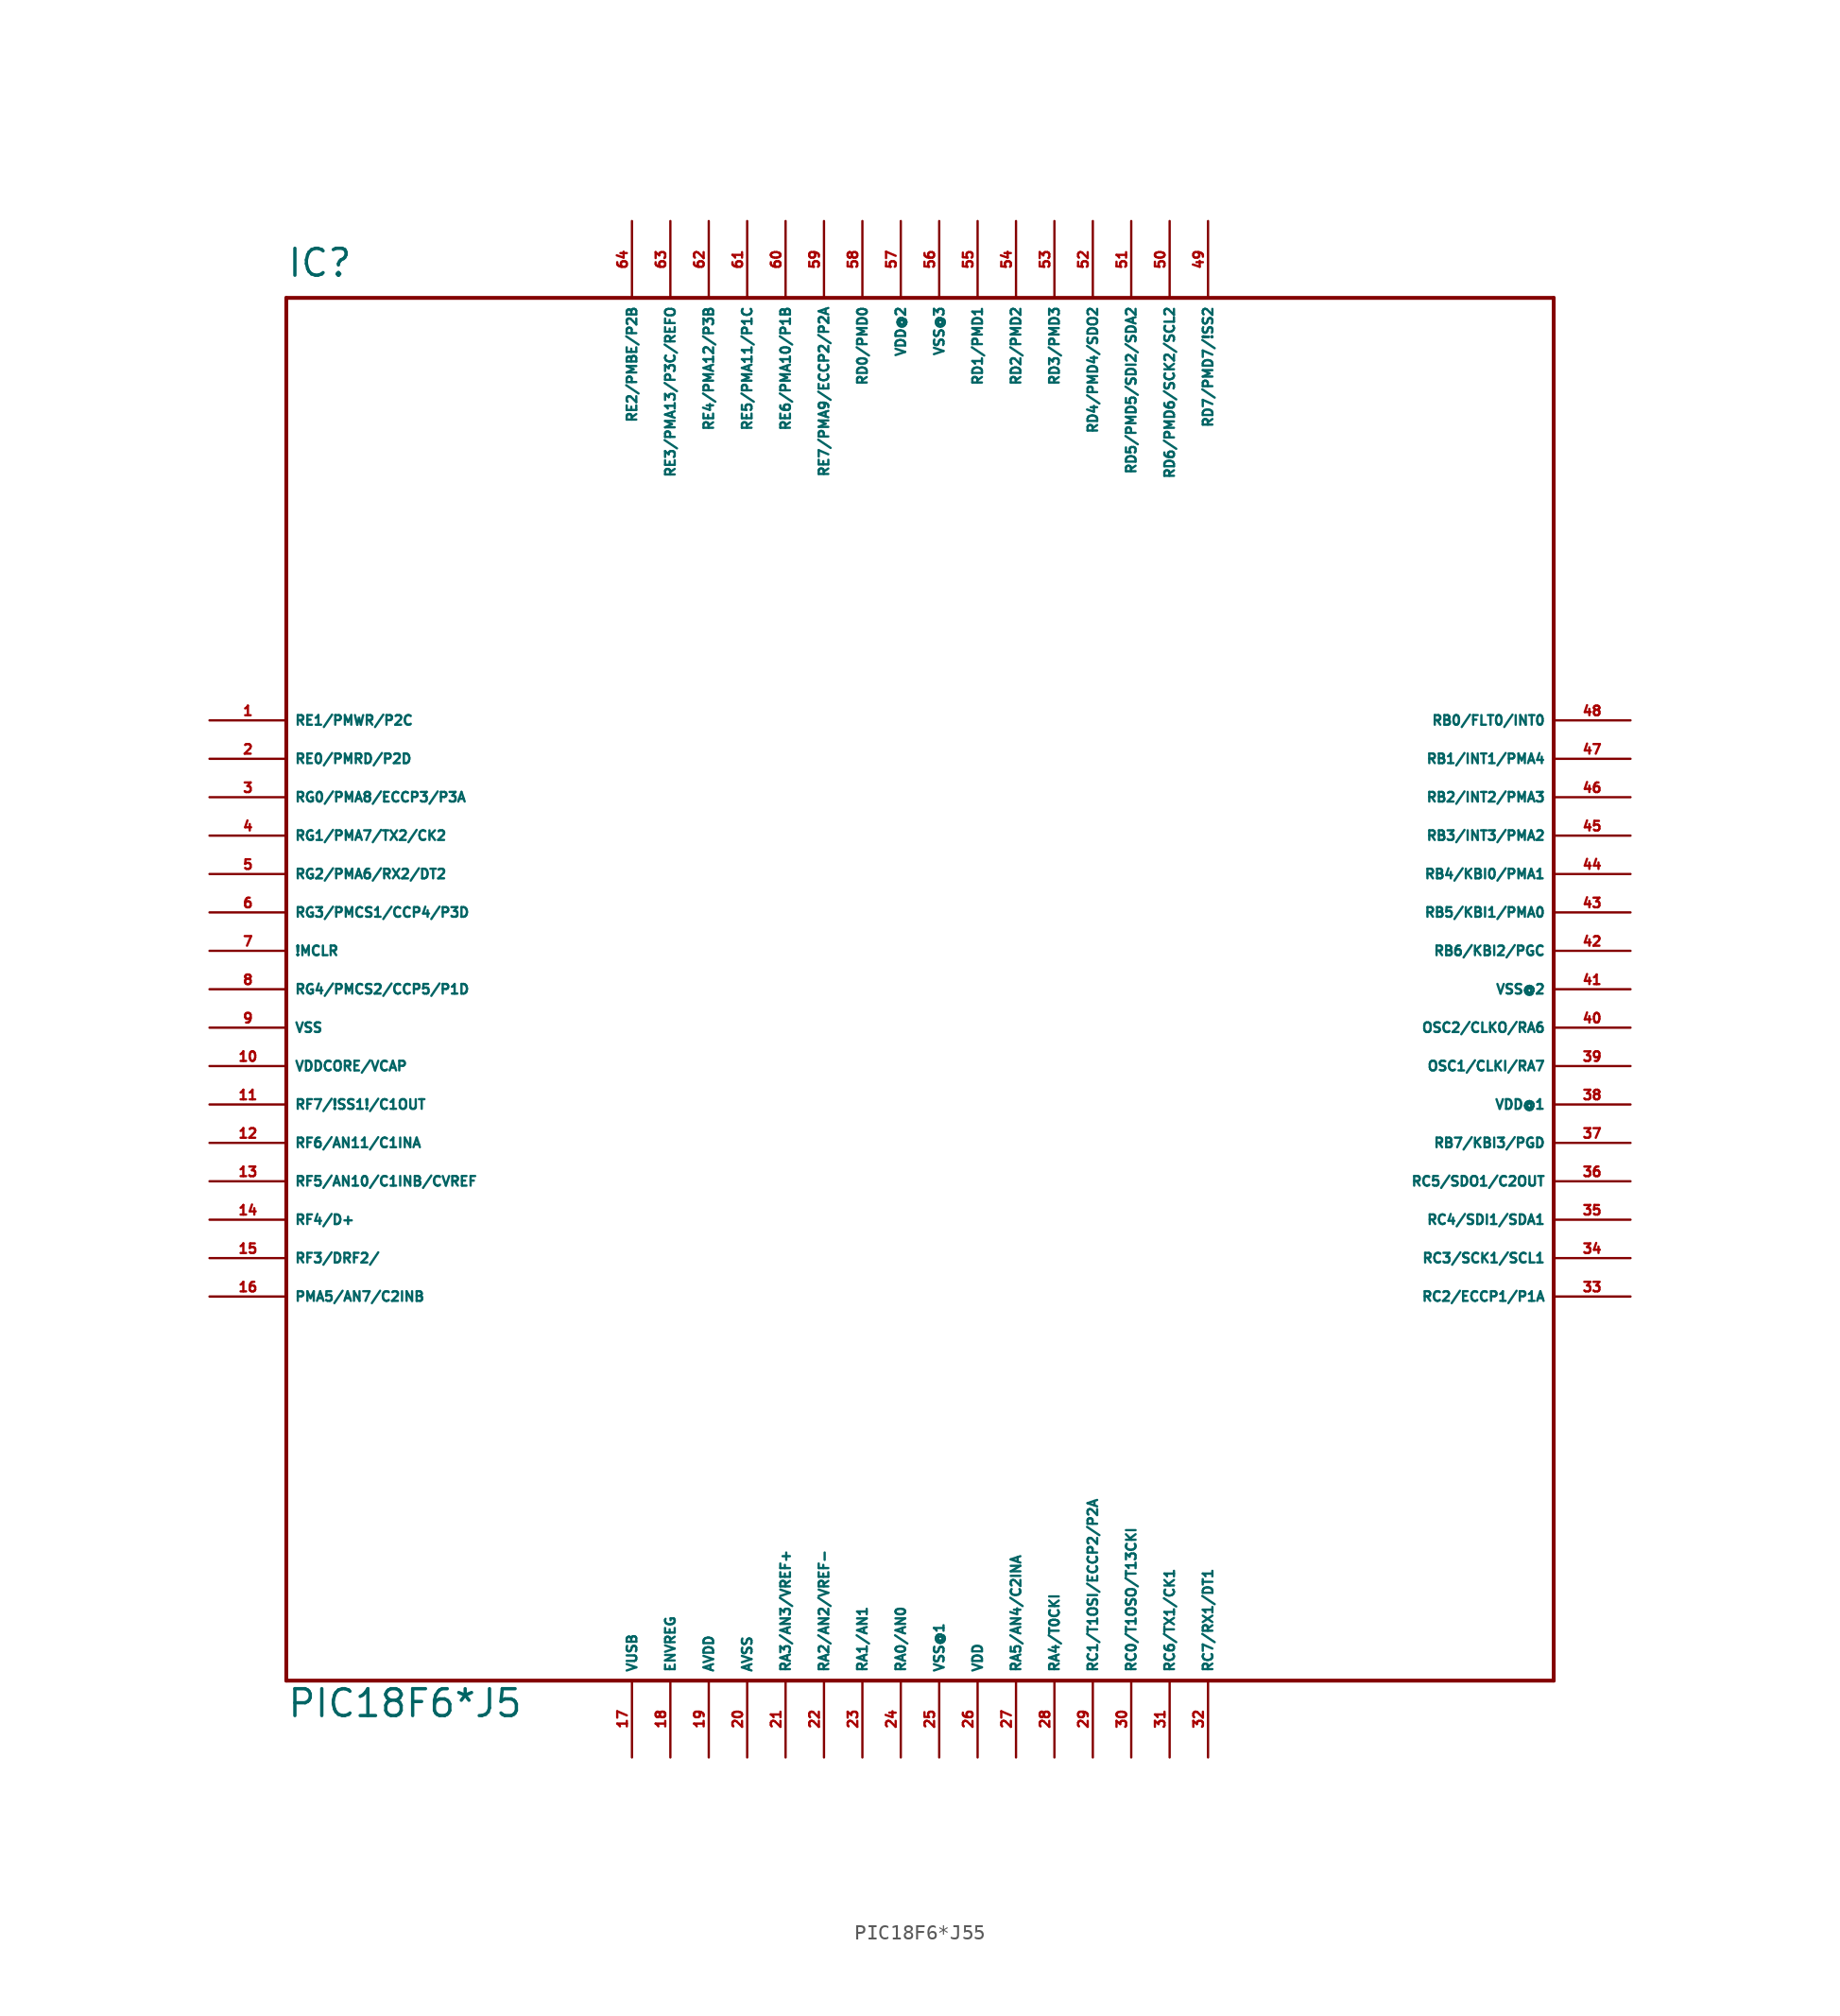
<source format=kicad_sym>
(kicad_symbol_lib
  (version 20220914)
  (generator Eagle2Kicad)
  (symbol "PIC18F6*J55"
    (property "Reference" "IC"
      (at -43.18 46.99 0)
      (effects (font (size 1.778 1.778) (thickness 0.22)) (justify left bottom)))
    (property "Value" "PIC18F6*J5"
      (at -43.18 -48.26 0)
      (effects (font (size 1.778 1.778) (thickness 0.22)) (justify left bottom)))
    (polyline
      (pts (xy -43.18 -45.72) (xy 40.64 -45.72))
      (stroke (width 0.254) (type default))
      (fill (type none)))
    (polyline
      (pts (xy 40.64 -45.72) (xy 40.64 45.72))
      (stroke (width 0.254) (type default))
      (fill (type none)))
    (polyline
      (pts (xy 40.64 45.72) (xy -43.18 45.72))
      (stroke (width 0.254) (type default))
      (fill (type none)))
    (polyline
      (pts (xy -43.18 45.72) (xy -43.18 -45.72))
      (stroke (width 0.254) (type default))
      (fill (type none)))
    (pin bidirectional line
      (at -48.26 17.78 0)
      (length 5.08)
      (name "RE1/PMWR/P2C" (effects (font (size 0.635 0.635) (thickness 0.08)) (justify left bottom)))
      (number "1" (effects (font (size 0.635 0.635) (thickness 0.08)) (justify left bottom))))
    (pin bidirectional line
      (at -48.26 15.24 0)
      (length 5.08)
      (name "RE0/PMRD/P2D" (effects (font (size 0.635 0.635) (thickness 0.08)) (justify left bottom)))
      (number "2" (effects (font (size 0.635 0.635) (thickness 0.08)) (justify left bottom))))
    (pin bidirectional line
      (at -48.26 12.7 0)
      (length 5.08)
      (name "RG0/PMA8/ECCP3/P3A" (effects (font (size 0.635 0.635) (thickness 0.08)) (justify left bottom)))
      (number "3" (effects (font (size 0.635 0.635) (thickness 0.08)) (justify left bottom))))
    (pin bidirectional line
      (at -48.26 10.16 0)
      (length 5.08)
      (name "RG1/PMA7/TX2/CK2" (effects (font (size 0.635 0.635) (thickness 0.08)) (justify left bottom)))
      (number "4" (effects (font (size 0.635 0.635) (thickness 0.08)) (justify left bottom))))
    (pin bidirectional line
      (at -48.26 7.62 0)
      (length 5.08)
      (name "RG2/PMA6/RX2/DT2" (effects (font (size 0.635 0.635) (thickness 0.08)) (justify left bottom)))
      (number "5" (effects (font (size 0.635 0.635) (thickness 0.08)) (justify left bottom))))
    (pin bidirectional line
      (at -48.26 5.08 0)
      (length 5.08)
      (name "RG3/PMCS1/CCP4/P3D" (effects (font (size 0.635 0.635) (thickness 0.08)) (justify left bottom)))
      (number "6" (effects (font (size 0.635 0.635) (thickness 0.08)) (justify left bottom))))
    (pin input line
      (at -48.26 2.54 0)
      (length 5.08)
      (name "!MCLR" (effects (font (size 0.635 0.635) (thickness 0.08)) (justify left bottom)))
      (number "7" (effects (font (size 0.635 0.635) (thickness 0.08)) (justify left bottom))))
    (pin bidirectional line
      (at -48.26 0 0)
      (length 5.08)
      (name "RG4/PMCS2/CCP5/P1D" (effects (font (size 0.635 0.635) (thickness 0.08)) (justify left bottom)))
      (number "8" (effects (font (size 0.635 0.635) (thickness 0.08)) (justify left bottom))))
    (pin unspecified line
      (at -48.26 -2.54 0)
      (length 5.08)
      (name "VSS" (effects (font (size 0.635 0.635) (thickness 0.08)) (justify left bottom)))
      (number "9" (effects (font (size 0.635 0.635) (thickness 0.08)) (justify left bottom))))
    (pin bidirectional line
      (at -48.26 -5.08 0)
      (length 5.08)
      (name "VDDCORE/VCAP" (effects (font (size 0.635 0.635) (thickness 0.08)) (justify left bottom)))
      (number "10" (effects (font (size 0.635 0.635) (thickness 0.08)) (justify left bottom))))
    (pin bidirectional line
      (at -48.26 -7.62 0)
      (length 5.08)
      (name "RF7/!SS1!/C1OUT" (effects (font (size 0.635 0.635) (thickness 0.08)) (justify left bottom)))
      (number "11" (effects (font (size 0.635 0.635) (thickness 0.08)) (justify left bottom))))
    (pin bidirectional line
      (at -48.26 -10.16 0)
      (length 5.08)
      (name "RF6/AN11/C1INA" (effects (font (size 0.635 0.635) (thickness 0.08)) (justify left bottom)))
      (number "12" (effects (font (size 0.635 0.635) (thickness 0.08)) (justify left bottom))))
    (pin bidirectional line
      (at -48.26 -12.7 0)
      (length 5.08)
      (name "RF5/AN10/C1INB/CVREF" (effects (font (size 0.635 0.635) (thickness 0.08)) (justify left bottom)))
      (number "13" (effects (font (size 0.635 0.635) (thickness 0.08)) (justify left bottom))))
    (pin bidirectional line
      (at -48.26 -15.24 0)
      (length 5.08)
      (name "RF4/D+" (effects (font (size 0.635 0.635) (thickness 0.08)) (justify left bottom)))
      (number "14" (effects (font (size 0.635 0.635) (thickness 0.08)) (justify left bottom))))
    (pin bidirectional line
      (at -48.26 -17.78 0)
      (length 5.08)
      (name "RF3/DRF2/" (effects (font (size 0.635 0.635) (thickness 0.08)) (justify left bottom)))
      (number "15" (effects (font (size 0.635 0.635) (thickness 0.08)) (justify left bottom))))
    (pin bidirectional line
      (at -48.26 -20.32 0)
      (length 5.08)
      (name "PMA5/AN7/C2INB" (effects (font (size 0.635 0.635) (thickness 0.08)) (justify left bottom)))
      (number "16" (effects (font (size 0.635 0.635) (thickness 0.08)) (justify left bottom))))
    (pin bidirectional line
      (at -20.32 -50.8 90)
      (length 5.08)
      (name "VUSB" (effects (font (size 0.635 0.635) (thickness 0.08)) (justify left bottom)))
      (number "17" (effects (font (size 0.635 0.635) (thickness 0.08)) (justify left bottom))))
    (pin input line
      (at -17.78 -50.8 90)
      (length 5.08)
      (name "ENVREG" (effects (font (size 0.635 0.635) (thickness 0.08)) (justify left bottom)))
      (number "18" (effects (font (size 0.635 0.635) (thickness 0.08)) (justify left bottom))))
    (pin bidirectional line
      (at -15.24 -50.8 90)
      (length 5.08)
      (name "AVDD" (effects (font (size 0.635 0.635) (thickness 0.08)) (justify left bottom)))
      (number "19" (effects (font (size 0.635 0.635) (thickness 0.08)) (justify left bottom))))
    (pin bidirectional line
      (at -12.7 -50.8 90)
      (length 5.08)
      (name "AVSS" (effects (font (size 0.635 0.635) (thickness 0.08)) (justify left bottom)))
      (number "20" (effects (font (size 0.635 0.635) (thickness 0.08)) (justify left bottom))))
    (pin bidirectional line
      (at -10.16 -50.8 90)
      (length 5.08)
      (name "RA3/AN3/VREF+" (effects (font (size 0.635 0.635) (thickness 0.08)) (justify left bottom)))
      (number "21" (effects (font (size 0.635 0.635) (thickness 0.08)) (justify left bottom))))
    (pin bidirectional line
      (at -7.62 -50.8 90)
      (length 5.08)
      (name "RA2/AN2/VREF-" (effects (font (size 0.635 0.635) (thickness 0.08)) (justify left bottom)))
      (number "22" (effects (font (size 0.635 0.635) (thickness 0.08)) (justify left bottom))))
    (pin bidirectional line
      (at -5.08 -50.8 90)
      (length 5.08)
      (name "RA1/AN1" (effects (font (size 0.635 0.635) (thickness 0.08)) (justify left bottom)))
      (number "23" (effects (font (size 0.635 0.635) (thickness 0.08)) (justify left bottom))))
    (pin bidirectional line
      (at -2.54 -50.8 90)
      (length 5.08)
      (name "RA0/AN0" (effects (font (size 0.635 0.635) (thickness 0.08)) (justify left bottom)))
      (number "24" (effects (font (size 0.635 0.635) (thickness 0.08)) (justify left bottom))))
    (pin unspecified line
      (at 0 -50.8 90)
      (length 5.08)
      (name "VSS@1" (effects (font (size 0.635 0.635) (thickness 0.08)) (justify left bottom)))
      (number "25" (effects (font (size 0.635 0.635) (thickness 0.08)) (justify left bottom))))
    (pin unspecified line
      (at 2.54 -50.8 90)
      (length 5.08)
      (name "VDD" (effects (font (size 0.635 0.635) (thickness 0.08)) (justify left bottom)))
      (number "26" (effects (font (size 0.635 0.635) (thickness 0.08)) (justify left bottom))))
    (pin bidirectional line
      (at 5.08 -50.8 90)
      (length 5.08)
      (name "RA5/AN4/C2INA" (effects (font (size 0.635 0.635) (thickness 0.08)) (justify left bottom)))
      (number "27" (effects (font (size 0.635 0.635) (thickness 0.08)) (justify left bottom))))
    (pin bidirectional line
      (at 7.62 -50.8 90)
      (length 5.08)
      (name "RA4/T0CKI" (effects (font (size 0.635 0.635) (thickness 0.08)) (justify left bottom)))
      (number "28" (effects (font (size 0.635 0.635) (thickness 0.08)) (justify left bottom))))
    (pin bidirectional line
      (at 10.16 -50.8 90)
      (length 5.08)
      (name "RC1/T1OSI/ECCP2/P2A" (effects (font (size 0.635 0.635) (thickness 0.08)) (justify left bottom)))
      (number "29" (effects (font (size 0.635 0.635) (thickness 0.08)) (justify left bottom))))
    (pin bidirectional line
      (at 12.7 -50.8 90)
      (length 5.08)
      (name "RC0/T1OSO/T13CKI" (effects (font (size 0.635 0.635) (thickness 0.08)) (justify left bottom)))
      (number "30" (effects (font (size 0.635 0.635) (thickness 0.08)) (justify left bottom))))
    (pin bidirectional line
      (at 15.24 -50.8 90)
      (length 5.08)
      (name "RC6/TX1/CK1" (effects (font (size 0.635 0.635) (thickness 0.08)) (justify left bottom)))
      (number "31" (effects (font (size 0.635 0.635) (thickness 0.08)) (justify left bottom))))
    (pin bidirectional line
      (at 17.78 -50.8 90)
      (length 5.08)
      (name "RC7/RX1/DT1" (effects (font (size 0.635 0.635) (thickness 0.08)) (justify left bottom)))
      (number "32" (effects (font (size 0.635 0.635) (thickness 0.08)) (justify left bottom))))
    (pin bidirectional line
      (at 45.72 -20.32 180)
      (length 5.08)
      (name "RC2/ECCP1/P1A" (effects (font (size 0.635 0.635) (thickness 0.08)) (justify left bottom)))
      (number "33" (effects (font (size 0.635 0.635) (thickness 0.08)) (justify left bottom))))
    (pin bidirectional line
      (at 45.72 -17.78 180)
      (length 5.08)
      (name "RC3/SCK1/SCL1" (effects (font (size 0.635 0.635) (thickness 0.08)) (justify left bottom)))
      (number "34" (effects (font (size 0.635 0.635) (thickness 0.08)) (justify left bottom))))
    (pin bidirectional line
      (at 45.72 -15.24 180)
      (length 5.08)
      (name "RC4/SDI1/SDA1" (effects (font (size 0.635 0.635) (thickness 0.08)) (justify left bottom)))
      (number "35" (effects (font (size 0.635 0.635) (thickness 0.08)) (justify left bottom))))
    (pin bidirectional line
      (at 45.72 -12.7 180)
      (length 5.08)
      (name "RC5/SDO1/C2OUT" (effects (font (size 0.635 0.635) (thickness 0.08)) (justify left bottom)))
      (number "36" (effects (font (size 0.635 0.635) (thickness 0.08)) (justify left bottom))))
    (pin bidirectional line
      (at 45.72 -10.16 180)
      (length 5.08)
      (name "RB7/KBI3/PGD" (effects (font (size 0.635 0.635) (thickness 0.08)) (justify left bottom)))
      (number "37" (effects (font (size 0.635 0.635) (thickness 0.08)) (justify left bottom))))
    (pin unspecified line
      (at 45.72 -7.62 180)
      (length 5.08)
      (name "VDD@1" (effects (font (size 0.635 0.635) (thickness 0.08)) (justify left bottom)))
      (number "38" (effects (font (size 0.635 0.635) (thickness 0.08)) (justify left bottom))))
    (pin bidirectional line
      (at 45.72 -5.08 180)
      (length 5.08)
      (name "OSC1/CLKI/RA7" (effects (font (size 0.635 0.635) (thickness 0.08)) (justify left bottom)))
      (number "39" (effects (font (size 0.635 0.635) (thickness 0.08)) (justify left bottom))))
    (pin bidirectional line
      (at 45.72 -2.54 180)
      (length 5.08)
      (name "OSC2/CLKO/RA6" (effects (font (size 0.635 0.635) (thickness 0.08)) (justify left bottom)))
      (number "40" (effects (font (size 0.635 0.635) (thickness 0.08)) (justify left bottom))))
    (pin unspecified line
      (at 45.72 0 180)
      (length 5.08)
      (name "VSS@2" (effects (font (size 0.635 0.635) (thickness 0.08)) (justify left bottom)))
      (number "41" (effects (font (size 0.635 0.635) (thickness 0.08)) (justify left bottom))))
    (pin bidirectional line
      (at 45.72 2.54 180)
      (length 5.08)
      (name "RB6/KBI2/PGC" (effects (font (size 0.635 0.635) (thickness 0.08)) (justify left bottom)))
      (number "42" (effects (font (size 0.635 0.635) (thickness 0.08)) (justify left bottom))))
    (pin bidirectional line
      (at 45.72 5.08 180)
      (length 5.08)
      (name "RB5/KBI1/PMA0" (effects (font (size 0.635 0.635) (thickness 0.08)) (justify left bottom)))
      (number "43" (effects (font (size 0.635 0.635) (thickness 0.08)) (justify left bottom))))
    (pin bidirectional line
      (at 45.72 7.62 180)
      (length 5.08)
      (name "RB4/KBI0/PMA1" (effects (font (size 0.635 0.635) (thickness 0.08)) (justify left bottom)))
      (number "44" (effects (font (size 0.635 0.635) (thickness 0.08)) (justify left bottom))))
    (pin bidirectional line
      (at 45.72 10.16 180)
      (length 5.08)
      (name "RB3/INT3/PMA2" (effects (font (size 0.635 0.635) (thickness 0.08)) (justify left bottom)))
      (number "45" (effects (font (size 0.635 0.635) (thickness 0.08)) (justify left bottom))))
    (pin bidirectional line
      (at 45.72 12.7 180)
      (length 5.08)
      (name "RB2/INT2/PMA3" (effects (font (size 0.635 0.635) (thickness 0.08)) (justify left bottom)))
      (number "46" (effects (font (size 0.635 0.635) (thickness 0.08)) (justify left bottom))))
    (pin bidirectional line
      (at 45.72 15.24 180)
      (length 5.08)
      (name "RB1/INT1/PMA4" (effects (font (size 0.635 0.635) (thickness 0.08)) (justify left bottom)))
      (number "47" (effects (font (size 0.635 0.635) (thickness 0.08)) (justify left bottom))))
    (pin bidirectional line
      (at 45.72 17.78 180)
      (length 5.08)
      (name "RB0/FLT0/INT0" (effects (font (size 0.635 0.635) (thickness 0.08)) (justify left bottom)))
      (number "48" (effects (font (size 0.635 0.635) (thickness 0.08)) (justify left bottom))))
    (pin bidirectional line
      (at 17.78 50.8 270)
      (length 5.08)
      (name "RD7/PMD7/!SS2" (effects (font (size 0.635 0.635) (thickness 0.08)) (justify left bottom)))
      (number "49" (effects (font (size 0.635 0.635) (thickness 0.08)) (justify left bottom))))
    (pin bidirectional line
      (at 15.24 50.8 270)
      (length 5.08)
      (name "RD6/PMD6/SCK2/SCL2" (effects (font (size 0.635 0.635) (thickness 0.08)) (justify left bottom)))
      (number "50" (effects (font (size 0.635 0.635) (thickness 0.08)) (justify left bottom))))
    (pin bidirectional line
      (at 12.7 50.8 270)
      (length 5.08)
      (name "RD5/PMD5/SDI2/SDA2" (effects (font (size 0.635 0.635) (thickness 0.08)) (justify left bottom)))
      (number "51" (effects (font (size 0.635 0.635) (thickness 0.08)) (justify left bottom))))
    (pin bidirectional line
      (at 10.16 50.8 270)
      (length 5.08)
      (name "RD4/PMD4/SDO2" (effects (font (size 0.635 0.635) (thickness 0.08)) (justify left bottom)))
      (number "52" (effects (font (size 0.635 0.635) (thickness 0.08)) (justify left bottom))))
    (pin bidirectional line
      (at 7.62 50.8 270)
      (length 5.08)
      (name "RD3/PMD3" (effects (font (size 0.635 0.635) (thickness 0.08)) (justify left bottom)))
      (number "53" (effects (font (size 0.635 0.635) (thickness 0.08)) (justify left bottom))))
    (pin bidirectional line
      (at 5.08 50.8 270)
      (length 5.08)
      (name "RD2/PMD2" (effects (font (size 0.635 0.635) (thickness 0.08)) (justify left bottom)))
      (number "54" (effects (font (size 0.635 0.635) (thickness 0.08)) (justify left bottom))))
    (pin bidirectional line
      (at 2.54 50.8 270)
      (length 5.08)
      (name "RD1/PMD1" (effects (font (size 0.635 0.635) (thickness 0.08)) (justify left bottom)))
      (number "55" (effects (font (size 0.635 0.635) (thickness 0.08)) (justify left bottom))))
    (pin unspecified line
      (at 0 50.8 270)
      (length 5.08)
      (name "VSS@3" (effects (font (size 0.635 0.635) (thickness 0.08)) (justify left bottom)))
      (number "56" (effects (font (size 0.635 0.635) (thickness 0.08)) (justify left bottom))))
    (pin unspecified line
      (at -2.54 50.8 270)
      (length 5.08)
      (name "VDD@2" (effects (font (size 0.635 0.635) (thickness 0.08)) (justify left bottom)))
      (number "57" (effects (font (size 0.635 0.635) (thickness 0.08)) (justify left bottom))))
    (pin bidirectional line
      (at -5.08 50.8 270)
      (length 5.08)
      (name "RD0/PMD0" (effects (font (size 0.635 0.635) (thickness 0.08)) (justify left bottom)))
      (number "58" (effects (font (size 0.635 0.635) (thickness 0.08)) (justify left bottom))))
    (pin bidirectional line
      (at -7.62 50.8 270)
      (length 5.08)
      (name "RE7/PMA9/ECCP2/P2A" (effects (font (size 0.635 0.635) (thickness 0.08)) (justify left bottom)))
      (number "59" (effects (font (size 0.635 0.635) (thickness 0.08)) (justify left bottom))))
    (pin bidirectional line
      (at -10.16 50.8 270)
      (length 5.08)
      (name "RE6/PMA10/P1B" (effects (font (size 0.635 0.635) (thickness 0.08)) (justify left bottom)))
      (number "60" (effects (font (size 0.635 0.635) (thickness 0.08)) (justify left bottom))))
    (pin bidirectional line
      (at -12.7 50.8 270)
      (length 5.08)
      (name "RE5/PMA11/P1C" (effects (font (size 0.635 0.635) (thickness 0.08)) (justify left bottom)))
      (number "61" (effects (font (size 0.635 0.635) (thickness 0.08)) (justify left bottom))))
    (pin bidirectional line
      (at -15.24 50.8 270)
      (length 5.08)
      (name "RE4/PMA12/P3B" (effects (font (size 0.635 0.635) (thickness 0.08)) (justify left bottom)))
      (number "62" (effects (font (size 0.635 0.635) (thickness 0.08)) (justify left bottom))))
    (pin bidirectional line
      (at -17.78 50.8 270)
      (length 5.08)
      (name "RE3/PMA13/P3C/REFO" (effects (font (size 0.635 0.635) (thickness 0.08)) (justify left bottom)))
      (number "63" (effects (font (size 0.635 0.635) (thickness 0.08)) (justify left bottom))))
    (pin bidirectional line
      (at -20.32 50.8 270)
      (length 5.08)
      (name "RE2/PMBE/P2B" (effects (font (size 0.635 0.635) (thickness 0.08)) (justify left bottom)))
      (number "64" (effects (font (size 0.635 0.635) (thickness 0.08)) (justify left bottom))))))
</source>
